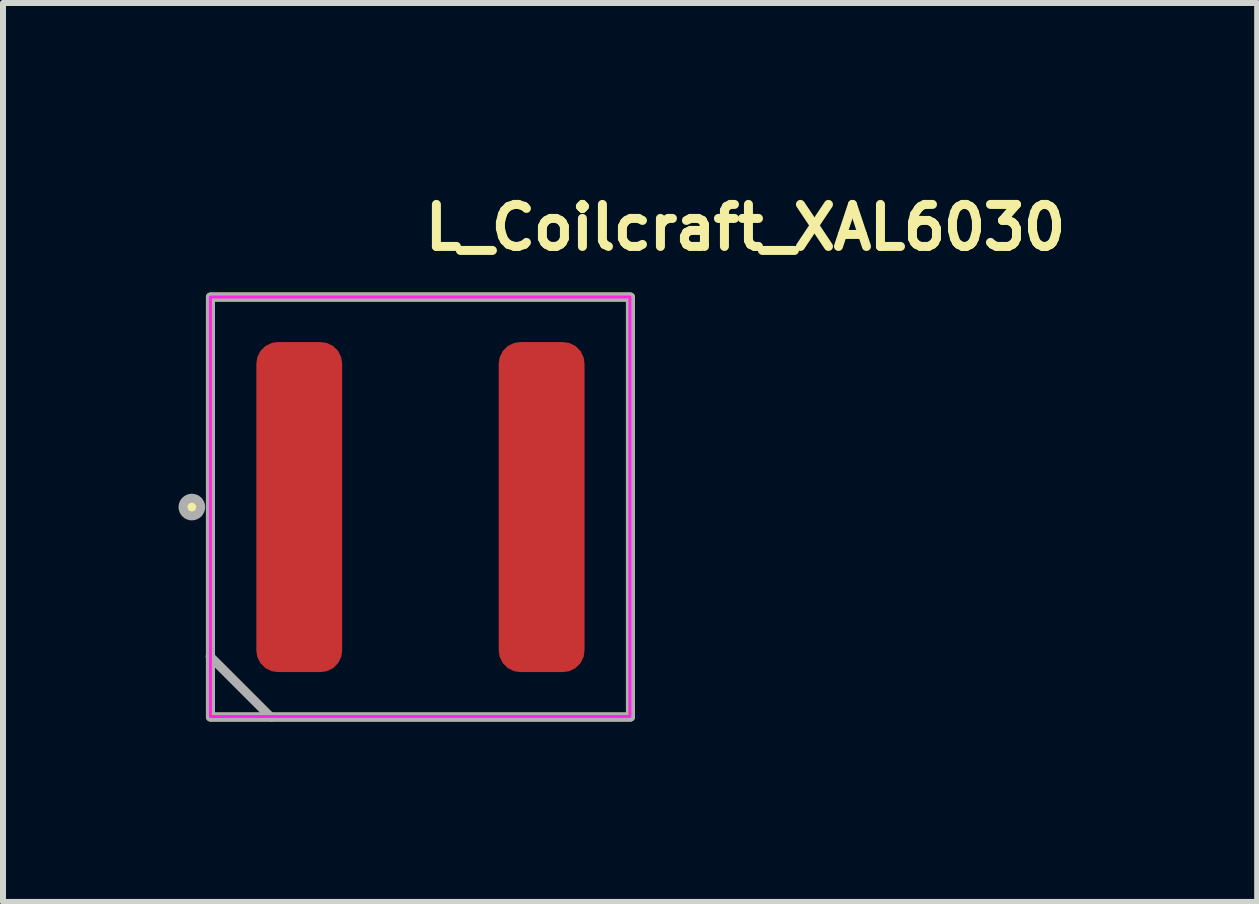
<source format=kicad_pcb>
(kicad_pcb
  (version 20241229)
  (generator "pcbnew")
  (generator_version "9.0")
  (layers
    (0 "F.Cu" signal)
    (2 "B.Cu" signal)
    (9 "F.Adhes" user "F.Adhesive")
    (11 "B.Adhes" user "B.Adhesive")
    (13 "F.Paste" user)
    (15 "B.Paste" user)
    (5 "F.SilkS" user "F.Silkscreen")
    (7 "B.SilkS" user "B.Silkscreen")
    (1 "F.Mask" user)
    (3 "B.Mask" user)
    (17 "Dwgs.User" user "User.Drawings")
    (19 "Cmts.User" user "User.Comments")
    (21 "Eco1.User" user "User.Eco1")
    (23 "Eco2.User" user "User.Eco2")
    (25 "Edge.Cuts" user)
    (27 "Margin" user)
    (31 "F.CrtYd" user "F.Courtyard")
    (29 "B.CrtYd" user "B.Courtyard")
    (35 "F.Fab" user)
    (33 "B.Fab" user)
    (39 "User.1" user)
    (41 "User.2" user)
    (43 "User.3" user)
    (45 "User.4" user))
  (footprint "L_Coilcraft_XAL6030"
    (layer "F.Cu")
    (at 3.957 5.4)
    (property "Reference" "L_Coilcraft_XAL6030" (at 0 -4.25 0) (unlocked yes) (layer "F.SilkS") (effects (font (size 0.7 0.7) (thickness 0.15)) (justify left bottom)))
    (attr smd)
    (fp_rect (start -3.5 -3.5) (end 3.499 3.499) (stroke (width 0.15) (type solid)) (fill no) (layer "F.SilkS"))
    (fp_circle (center -3.8 0) (end -3.75 0) (stroke (width 0.15) (type solid)) (fill yes) (layer "F.SilkS"))
    (fp_rect (start -3.5 -3.5) (end 3.49 3.49) (stroke (width 0.05) (type solid)) (fill no) (layer "F.CrtYd"))
    (fp_line (start -3.505 2.489) (end -2.489 3.505) (stroke (width 0.15) (type solid)) (layer "F.Fab"))
    (fp_rect (start 3.499 -3.5) (end -3.5 3.499) (stroke (width 0.15) (type solid)) (fill no) (layer "F.Fab"))
    (fp_circle (center -3.81 0) (end -3.738 0) (stroke (width 0.15) (type solid)) (fill no) (layer "F.Fab"))
    (fp_rect (start -3.28 -3.38) (end 3.28 3.38) (stroke (width 0.15) (type solid)) (fill no) (layer "User.5"))
    (fp_line (start -3.28 -3.13) (end -3.28 3.13) (stroke (width 0.01) (type solid)) (layer "User.9"))
    (fp_line (start -3.28 -3.13) (end -3.28 -3.142) (stroke (width 0.01) (type solid)) (layer "User.9"))
    (fp_line (start -3.28 -3.142) (end -3.279 -3.155) (stroke (width 0.01) (type solid)) (layer "User.9"))
    (fp_line (start -3.28 3.142) (end -3.28 3.13) (stroke (width 0.01) (type solid)) (layer "User.9"))
    (fp_line (start -3.279 -3.155) (end -3.277 -3.167) (stroke (width 0.01) (type solid)) (layer "User.9"))
    (fp_line (start -3.279 3.155) (end -3.28 3.142) (stroke (width 0.01) (type solid)) (layer "User.9"))
    (fp_line (start -3.277 -3.167) (end -3.275 -3.179) (stroke (width 0.01) (type solid)) (layer "User.9"))
    (fp_line (start -3.277 3.167) (end -3.279 3.155) (stroke (width 0.01) (type solid)) (layer "User.9"))
    (fp_line (start -3.275 -3.179) (end -3.272 -3.191) (stroke (width 0.01) (type solid)) (layer "User.9"))
    (fp_line (start -3.275 3.179) (end -3.277 3.167) (stroke (width 0.01) (type solid)) (layer "User.9"))
    (fp_line (start -3.272 -3.191) (end -3.269 -3.203) (stroke (width 0.01) (type solid)) (layer "User.9"))
    (fp_line (start -3.272 3.191) (end -3.275 3.179) (stroke (width 0.01) (type solid)) (layer "User.9"))
    (fp_line (start -3.269 -3.203) (end -3.265 -3.214) (stroke (width 0.01) (type solid)) (layer "User.9"))
    (fp_line (start -3.269 3.203) (end -3.272 3.191) (stroke (width 0.01) (type solid)) (layer "User.9"))
    (fp_line (start -3.265 -3.214) (end -3.261 -3.226) (stroke (width 0.01) (type solid)) (layer "User.9"))
    (fp_line (start -3.265 3.214) (end -3.269 3.203) (stroke (width 0.01) (type solid)) (layer "User.9"))
    (fp_line (start -3.261 -3.226) (end -3.256 -3.237) (stroke (width 0.01) (type solid)) (layer "User.9"))
    (fp_line (start -3.261 3.226) (end -3.265 3.214) (stroke (width 0.01) (type solid)) (layer "User.9"))
    (fp_line (start -3.256 -3.237) (end -3.251 -3.248) (stroke (width 0.01) (type solid)) (layer "User.9"))
    (fp_line (start -3.256 3.237) (end -3.261 3.226) (stroke (width 0.01) (type solid)) (layer "User.9"))
    (fp_line (start -3.251 -3.248) (end -3.245 -3.258) (stroke (width 0.01) (type solid)) (layer "User.9"))
    (fp_line (start -3.251 3.248) (end -3.256 3.237) (stroke (width 0.01) (type solid)) (layer "User.9"))
    (fp_line (start -3.245 -3.258) (end -3.238 -3.269) (stroke (width 0.01) (type solid)) (layer "User.9"))
    (fp_line (start -3.245 3.258) (end -3.251 3.248) (stroke (width 0.01) (type solid)) (layer "User.9"))
    (fp_line (start -3.238 -3.269) (end -3.231 -3.279) (stroke (width 0.01) (type solid)) (layer "User.9"))
    (fp_line (start -3.238 3.269) (end -3.245 3.258) (stroke (width 0.01) (type solid)) (layer "User.9"))
    (fp_line (start -3.231 -3.279) (end -3.223 -3.288) (stroke (width 0.01) (type solid)) (layer "User.9"))
    (fp_line (start -3.231 3.279) (end -3.238 3.269) (stroke (width 0.01) (type solid)) (layer "User.9"))
    (fp_line (start -3.223 -3.288) (end -3.215 -3.298) (stroke (width 0.01) (type solid)) (layer "User.9"))
    (fp_line (start -3.223 3.288) (end -3.231 3.279) (stroke (width 0.01) (type solid)) (layer "User.9"))
    (fp_line (start -3.215 -3.298) (end -3.207 -3.307) (stroke (width 0.01) (type solid)) (layer "User.9"))
    (fp_line (start -3.215 3.298) (end -3.223 3.288) (stroke (width 0.01) (type solid)) (layer "User.9"))
    (fp_line (start -3.207 -3.307) (end -3.207 -3.307) (stroke (width 0.01) (type solid)) (layer "User.9"))
    (fp_line (start -3.207 -3.307) (end -3.198 -3.315) (stroke (width 0.01) (type solid)) (layer "User.9"))
    (fp_line (start -3.207 3.307) (end -3.215 3.298) (stroke (width 0.01) (type solid)) (layer "User.9"))
    (fp_line (start -3.207 3.307) (end -3.207 3.307) (stroke (width 0.01) (type solid)) (layer "User.9"))
    (fp_line (start -3.198 -3.315) (end -3.188 -3.323) (stroke (width 0.01) (type solid)) (layer "User.9"))
    (fp_line (start -3.198 3.315) (end -3.207 3.307) (stroke (width 0.01) (type solid)) (layer "User.9"))
    (fp_line (start -3.188 -3.323) (end -3.179 -3.331) (stroke (width 0.01) (type solid)) (layer "User.9"))
    (fp_line (start -3.188 3.323) (end -3.198 3.315) (stroke (width 0.01) (type solid)) (layer "User.9"))
    (fp_line (start -3.179 -3.331) (end -3.169 -3.338) (stroke (width 0.01) (type solid)) (layer "User.9"))
    (fp_line (start -3.179 3.331) (end -3.188 3.323) (stroke (width 0.01) (type solid)) (layer "User.9"))
    (fp_line (start -3.169 -3.338) (end -3.158 -3.345) (stroke (width 0.01) (type solid)) (layer "User.9"))
    (fp_line (start -3.169 3.338) (end -3.179 3.331) (stroke (width 0.01) (type solid)) (layer "User.9"))
    (fp_line (start -3.158 -3.345) (end -3.148 -3.351) (stroke (width 0.01) (type solid)) (layer "User.9"))
    (fp_line (start -3.158 3.345) (end -3.169 3.338) (stroke (width 0.01) (type solid)) (layer "User.9"))
    (fp_line (start -3.148 -3.351) (end -3.137 -3.356) (stroke (width 0.01) (type solid)) (layer "User.9"))
    (fp_line (start -3.148 3.351) (end -3.158 3.345) (stroke (width 0.01) (type solid)) (layer "User.9"))
    (fp_line (start -3.137 -3.356) (end -3.126 -3.361) (stroke (width 0.01) (type solid)) (layer "User.9"))
    (fp_line (start -3.137 3.356) (end -3.148 3.351) (stroke (width 0.01) (type solid)) (layer "User.9"))
    (fp_line (start -3.126 -3.361) (end -3.114 -3.365) (stroke (width 0.01) (type solid)) (layer "User.9"))
    (fp_line (start -3.126 3.361) (end -3.137 3.356) (stroke (width 0.01) (type solid)) (layer "User.9"))
    (fp_line (start -3.114 -3.365) (end -3.103 -3.369) (stroke (width 0.01) (type solid)) (layer "User.9"))
    (fp_line (start -3.114 3.365) (end -3.126 3.361) (stroke (width 0.01) (type solid)) (layer "User.9"))
    (fp_line (start -3.103 -3.369) (end -3.091 -3.372) (stroke (width 0.01) (type solid)) (layer "User.9"))
    (fp_line (start -3.103 3.369) (end -3.114 3.365) (stroke (width 0.01) (type solid)) (layer "User.9"))
    (fp_line (start -3.091 -3.372) (end -3.079 -3.375) (stroke (width 0.01) (type solid)) (layer "User.9"))
    (fp_line (start -3.091 3.372) (end -3.103 3.369) (stroke (width 0.01) (type solid)) (layer "User.9"))
    (fp_line (start -3.079 -3.375) (end -3.067 -3.377) (stroke (width 0.01) (type solid)) (layer "User.9"))
    (fp_line (start -3.079 3.375) (end -3.091 3.372) (stroke (width 0.01) (type solid)) (layer "User.9"))
    (fp_line (start -3.067 -3.377) (end -3.055 -3.379) (stroke (width 0.01) (type solid)) (layer "User.9"))
    (fp_line (start -3.067 3.377) (end -3.079 3.375) (stroke (width 0.01) (type solid)) (layer "User.9"))
    (fp_line (start -3.055 -3.379) (end -3.042 -3.38) (stroke (width 0.01) (type solid)) (layer "User.9"))
    (fp_line (start -3.055 3.379) (end -3.067 3.377) (stroke (width 0.01) (type solid)) (layer "User.9"))
    (fp_line (start -3.042 -3.38) (end -3.03 -3.38) (stroke (width 0.01) (type solid)) (layer "User.9"))
    (fp_line (start -3.042 3.38) (end -3.055 3.379) (stroke (width 0.01) (type solid)) (layer "User.9"))
    (fp_line (start -3.03 3.38) (end -3.042 3.38) (stroke (width 0.01) (type solid)) (layer "User.9"))
    (fp_line (start -3.03 3.38) (end 3.03 3.38) (stroke (width 0.01) (type solid)) (layer "User.9"))
    (fp_line (start -2.593 -3) (end -2.343 -3) (stroke (width 0.01) (type solid)) (layer "User.9"))
    (fp_line (start -2.593 3) (end -2.593 -3) (stroke (width 0.01) (type solid)) (layer "User.9"))
    (fp_line (start -2.343 -3) (end -2.343 3) (stroke (width 0.01) (type solid)) (layer "User.9"))
    (fp_line (start -2.343 3) (end -2.593 3) (stroke (width 0.01) (type solid)) (layer "User.9"))
    (fp_line (start -1.489 -0.256) (end -1.489 -0.315) (stroke (width 0.01) (type solid)) (layer "User.9"))
    (fp_line (start -1.489 -0.315) (end -1.485 -0.374) (stroke (width 0.01) (type solid)) (layer "User.9"))
    (fp_line (start -1.485 -0.197) (end -1.489 -0.256) (stroke (width 0.01) (type solid)) (layer "User.9"))
    (fp_line (start -1.485 -0.374) (end -1.475 -0.433) (stroke (width 0.01) (type solid)) (layer "User.9"))
    (fp_line (start -1.476 -0.139) (end -1.485 -0.197) (stroke (width 0.01) (type solid)) (layer "User.9"))
    (fp_line (start -1.475 -0.433) (end -1.461 -0.492) (stroke (width 0.01) (type solid)) (layer "User.9"))
    (fp_line (start -1.464 -0.082) (end -1.476 -0.139) (stroke (width 0.01) (type solid)) (layer "User.9"))
    (fp_line (start -1.461 -0.492) (end -1.455 -0.51) (stroke (width 0.01) (type solid)) (layer "User.9"))
    (fp_line (start -1.455 -0.51) (end -1.449 -0.528) (stroke (width 0.01) (type solid)) (layer "User.9"))
    (fp_line (start -1.449 -0.528) (end -1.461 -0.492) (stroke (width 0.01) (type solid)) (layer "User.9"))
    (fp_line (start -1.449 -0.528) (end -1.441 -0.546) (stroke (width 0.01) (type solid)) (layer "User.9"))
    (fp_line (start -1.447 -0.025) (end -1.464 -0.082) (stroke (width 0.01) (type solid)) (layer "User.9"))
    (fp_line (start -1.441 -0.546) (end -1.433 -0.564) (stroke (width 0.01) (type solid)) (layer "User.9"))
    (fp_line (start -1.433 -0.564) (end -1.449 -0.528) (stroke (width 0.01) (type solid)) (layer "User.9"))
    (fp_line (start -1.433 -0.564) (end -1.425 -0.581) (stroke (width 0.01) (type solid)) (layer "User.9"))
    (fp_line (start -1.427 0.032) (end -1.447 -0.025) (stroke (width 0.01) (type solid)) (layer "User.9"))
    (fp_line (start -1.425 -0.581) (end -1.415 -0.598) (stroke (width 0.01) (type solid)) (layer "User.9"))
    (fp_line (start -1.415 -0.598) (end -1.433 -0.564) (stroke (width 0.01) (type solid)) (layer "User.9"))
    (fp_line (start -1.415 -0.598) (end -1.405 -0.615) (stroke (width 0.01) (type solid)) (layer "User.9"))
    (fp_line (start -1.405 -0.615) (end -1.394 -0.631) (stroke (width 0.01) (type solid)) (layer "User.9"))
    (fp_line (start -1.404 0.087) (end -1.427 0.032) (stroke (width 0.01) (type solid)) (layer "User.9"))
    (fp_line (start -1.394 -0.631) (end -1.415 -0.598) (stroke (width 0.01) (type solid)) (layer "User.9"))
    (fp_line (start -1.394 -0.631) (end -1.383 -0.647) (stroke (width 0.01) (type solid)) (layer "User.9"))
    (fp_line (start -1.383 -0.647) (end -1.371 -0.662) (stroke (width 0.01) (type solid)) (layer "User.9"))
    (fp_line (start -1.377 0.142) (end -1.404 0.087) (stroke (width 0.01) (type solid)) (layer "User.9"))
    (fp_line (start -1.371 -0.662) (end -1.394 -0.631) (stroke (width 0.01) (type solid)) (layer "User.9"))
    (fp_line (start -1.371 -0.662) (end -1.358 -0.677) (stroke (width 0.01) (type solid)) (layer "User.9"))
    (fp_line (start -1.358 -0.677) (end -1.345 -0.692) (stroke (width 0.01) (type solid)) (layer "User.9"))
    (fp_line (start -1.347 0.196) (end -1.377 0.142) (stroke (width 0.01) (type solid)) (layer "User.9"))
    (fp_line (start -1.345 -0.692) (end -1.371 -0.662) (stroke (width 0.01) (type solid)) (layer "User.9"))
    (fp_line (start -1.345 -0.692) (end -1.317 -0.721) (stroke (width 0.01) (type solid)) (layer "User.9"))
    (fp_line (start -1.317 -0.721) (end -1.345 -0.692) (stroke (width 0.01) (type solid)) (layer "User.9"))
    (fp_line (start -1.317 -0.721) (end -1.287 -0.747) (stroke (width 0.01) (type solid)) (layer "User.9"))
    (fp_line (start -1.315 0.249) (end -1.347 0.196) (stroke (width 0.01) (type solid)) (layer "User.9"))
    (fp_line (start -1.287 -0.747) (end -1.317 -0.721) (stroke (width 0.01) (type solid)) (layer "User.9"))
    (fp_line (start -1.287 -0.747) (end -1.254 -0.772) (stroke (width 0.01) (type solid)) (layer "User.9"))
    (fp_line (start -1.28 0.3) (end -1.315 0.249) (stroke (width 0.01) (type solid)) (layer "User.9"))
    (fp_line (start -1.254 -0.772) (end -1.287 -0.747) (stroke (width 0.01) (type solid)) (layer "User.9"))
    (fp_line (start -1.254 -0.772) (end -1.22 -0.795) (stroke (width 0.01) (type solid)) (layer "User.9"))
    (fp_line (start -1.242 0.351) (end -1.28 0.3) (stroke (width 0.01) (type solid)) (layer "User.9"))
    (fp_line (start -1.22 -0.795) (end -1.254 -0.772) (stroke (width 0.01) (type solid)) (layer "User.9"))
    (fp_line (start -1.22 -0.795) (end -1.184 -0.816) (stroke (width 0.01) (type solid)) (layer "User.9"))
    (fp_line (start -1.202 0.4) (end -1.242 0.351) (stroke (width 0.01) (type solid)) (layer "User.9"))
    (fp_line (start -1.184 -0.816) (end -1.22 -0.795) (stroke (width 0.01) (type solid)) (layer "User.9"))
    (fp_line (start -1.184 -0.816) (end -1.146 -0.834) (stroke (width 0.01) (type solid)) (layer "User.9"))
    (fp_line (start -1.155 -0.278) (end -1.154 -0.246) (stroke (width 0.01) (type solid)) (layer "User.9"))
    (fp_line (start -1.154 -0.246) (end -1.15 -0.213) (stroke (width 0.01) (type solid)) (layer "User.9"))
    (fp_line (start -1.153 -0.31) (end -1.155 -0.278) (stroke (width 0.01) (type solid)) (layer "User.9"))
    (fp_line (start -1.15 -0.213) (end -1.144 -0.18) (stroke (width 0.01) (type solid)) (layer "User.9"))
    (fp_line (start -1.148 -0.341) (end -1.153 -0.31) (stroke (width 0.01) (type solid)) (layer "User.9"))
    (fp_line (start -1.146 -0.834) (end -1.184 -0.816) (stroke (width 0.01) (type solid)) (layer "User.9"))
    (fp_line (start -1.146 -0.834) (end -1.107 -0.851) (stroke (width 0.01) (type solid)) (layer "User.9"))
    (fp_line (start -1.144 -0.18) (end -1.135 -0.146) (stroke (width 0.01) (type solid)) (layer "User.9"))
    (fp_line (start -1.139 -0.371) (end -1.148 -0.341) (stroke (width 0.01) (type solid)) (layer "User.9"))
    (fp_line (start -1.135 -0.146) (end -1.123 -0.113) (stroke (width 0.01) (type solid)) (layer "User.9"))
    (fp_line (start -1.128 -0.401) (end -1.139 -0.371) (stroke (width 0.01) (type solid)) (layer "User.9"))
    (fp_line (start -1.128 -0.401) (end -1.117 -0.423) (stroke (width 0.01) (type solid)) (layer "User.9"))
    (fp_line (start -1.123 -0.113) (end -1.109 -0.079) (stroke (width 0.01) (type solid)) (layer "User.9"))
    (fp_line (start -1.117 -0.423) (end -1.128 -0.401) (stroke (width 0.01) (type solid)) (layer "User.9"))
    (fp_line (start -1.117 -0.423) (end -1.104 -0.443) (stroke (width 0.01) (type solid)) (layer "User.9"))
    (fp_line (start -1.116 0.494) (end -1.202 0.4) (stroke (width 0.01) (type solid)) (layer "User.9"))
    (fp_line (start -1.109 -0.079) (end -1.093 -0.045) (stroke (width 0.01) (type solid)) (layer "User.9"))
    (fp_line (start -1.107 -0.851) (end -1.146 -0.834) (stroke (width 0.01) (type solid)) (layer "User.9"))
    (fp_line (start -1.107 -0.851) (end -1.067 -0.866) (stroke (width 0.01) (type solid)) (layer "User.9"))
    (fp_line (start -1.104 -0.443) (end -1.117 -0.423) (stroke (width 0.01) (type solid)) (layer "User.9"))
    (fp_line (start -1.104 -0.443) (end -1.091 -0.462) (stroke (width 0.01) (type solid)) (layer "User.9"))
    (fp_line (start -1.093 -0.045) (end -1.075 -0.011) (stroke (width 0.01) (type solid)) (layer "User.9"))
    (fp_line (start -1.091 -0.462) (end -1.104 -0.443) (stroke (width 0.01) (type solid)) (layer "User.9"))
    (fp_line (start -1.091 -0.462) (end -1.076 -0.479) (stroke (width 0.01) (type solid)) (layer "User.9"))
    (fp_line (start -1.076 -0.479) (end -1.091 -0.462) (stroke (width 0.01) (type solid)) (layer "User.9"))
    (fp_line (start -1.076 -0.479) (end -1.06 -0.494) (stroke (width 0.01) (type solid)) (layer "User.9"))
    (fp_line (start -1.075 -0.011) (end -1.054 0.023) (stroke (width 0.01) (type solid)) (layer "User.9"))
    (fp_line (start -1.067 -0.866) (end -1.107 -0.851) (stroke (width 0.01) (type solid)) (layer "User.9"))
    (fp_line (start -1.067 -0.866) (end -1.025 -0.878) (stroke (width 0.01) (type solid)) (layer "User.9"))
    (fp_line (start -1.06 -0.494) (end -1.076 -0.479) (stroke (width 0.01) (type solid)) (layer "User.9"))
    (fp_line (start -1.06 -0.494) (end -1.044 -0.508) (stroke (width 0.01) (type solid)) (layer "User.9"))
    (fp_line (start -1.054 0.023) (end -1.032 0.057) (stroke (width 0.01) (type solid)) (layer "User.9"))
    (fp_line (start -1.044 -0.508) (end -1.06 -0.494) (stroke (width 0.01) (type solid)) (layer "User.9"))
    (fp_line (start -1.044 -0.508) (end -1.026 -0.52) (stroke (width 0.01) (type solid)) (layer "User.9"))
    (fp_line (start -1.032 0.057) (end -1.008 0.09) (stroke (width 0.01) (type solid)) (layer "User.9"))
    (fp_line (start -1.026 -0.52) (end -1.044 -0.508) (stroke (width 0.01) (type solid)) (layer "User.9"))
    (fp_line (start -1.026 -0.52) (end -1.007 -0.53) (stroke (width 0.01) (type solid)) (layer "User.9"))
    (fp_line (start -1.025 -0.878) (end -1.067 -0.866) (stroke (width 0.01) (type solid)) (layer "User.9"))
    (fp_line (start -1.025 -0.878) (end -0.982 -0.887) (stroke (width 0.01) (type solid)) (layer "User.9"))
    (fp_line (start -1.024 0.581) (end -1.116 0.494) (stroke (width 0.01) (type solid)) (layer "User.9"))
    (fp_line (start -1.008 0.09) (end -0.982 0.123) (stroke (width 0.01) (type solid)) (layer "User.9"))
    (fp_line (start -1.007 -0.53) (end -1.026 -0.52) (stroke (width 0.01) (type solid)) (layer "User.9"))
    (fp_line (start -1.007 -0.53) (end -0.988 -0.539) (stroke (width 0.01) (type solid)) (layer "User.9"))
    (fp_line (start -0.988 -0.539) (end -1.007 -0.53) (stroke (width 0.01) (type solid)) (layer "User.9"))
    (fp_line (start -0.988 -0.539) (end -0.968 -0.547) (stroke (width 0.01) (type solid)) (layer "User.9"))
    (fp_line (start -0.982 -0.887) (end -1.025 -0.878) (stroke (width 0.01) (type solid)) (layer "User.9"))
    (fp_line (start -0.982 -0.887) (end -0.938 -0.895) (stroke (width 0.01) (type solid)) (layer "User.9"))
    (fp_line (start -0.982 0.123) (end -0.925 0.188) (stroke (width 0.01) (type solid)) (layer "User.9"))
    (fp_line (start -0.968 -0.547) (end -0.988 -0.539) (stroke (width 0.01) (type solid)) (layer "User.9"))
    (fp_line (start -0.968 -0.547) (end -0.947 -0.553) (stroke (width 0.01) (type solid)) (layer "User.9"))
    (fp_line (start -0.947 -0.553) (end -0.968 -0.547) (stroke (width 0.01) (type solid)) (layer "User.9"))
    (fp_line (start -0.947 -0.553) (end -0.926 -0.557) (stroke (width 0.01) (type solid)) (layer "User.9"))
    (fp_line (start -0.938 -0.895) (end -0.982 -0.887) (stroke (width 0.01) (type solid)) (layer "User.9"))
    (fp_line (start -0.938 -0.895) (end -0.893 -0.899) (stroke (width 0.01) (type solid)) (layer "User.9"))
    (fp_line (start -0.926 0.661) (end -1.024 0.581) (stroke (width 0.01) (type solid)) (layer "User.9"))
    (fp_line (start -0.926 -0.557) (end -0.947 -0.553) (stroke (width 0.01) (type solid)) (layer "User.9"))
    (fp_line (start -0.926 -0.557) (end -0.904 -0.56) (stroke (width 0.01) (type solid)) (layer "User.9"))
    (fp_line (start -0.925 0.188) (end -0.863 0.25) (stroke (width 0.01) (type solid)) (layer "User.9"))
    (fp_line (start -0.904 -0.56) (end -0.926 -0.557) (stroke (width 0.01) (type solid)) (layer "User.9"))
    (fp_line (start -0.904 -0.56) (end -0.881 -0.562) (stroke (width 0.01) (type solid)) (layer "User.9"))
    (fp_line (start -0.893 -0.899) (end -0.938 -0.895) (stroke (width 0.01) (type solid)) (layer "User.9"))
    (fp_line (start -0.893 -0.899) (end -0.848 -0.901) (stroke (width 0.01) (type solid)) (layer "User.9"))
    (fp_line (start -0.881 -0.562) (end -0.904 -0.56) (stroke (width 0.01) (type solid)) (layer "User.9"))
    (fp_line (start -0.881 -0.562) (end -0.859 -0.562) (stroke (width 0.01) (type solid)) (layer "User.9"))
    (fp_line (start -0.863 0.25) (end -0.796 0.31) (stroke (width 0.01) (type solid)) (layer "User.9"))
    (fp_line (start -0.859 -0.562) (end -0.881 -0.562) (stroke (width 0.01) (type solid)) (layer "User.9"))
    (fp_line (start -0.859 -0.562) (end -0.836 -0.56) (stroke (width 0.01) (type solid)) (layer "User.9"))
    (fp_line (start -0.848 -0.901) (end -0.893 -0.899) (stroke (width 0.01) (type solid)) (layer "User.9"))
    (fp_line (start -0.848 -0.901) (end -0.802 -0.9) (stroke (width 0.01) (type solid)) (layer "User.9"))
    (fp_line (start -0.836 -0.56) (end -0.859 -0.562) (stroke (width 0.01) (type solid)) (layer "User.9"))
    (fp_line (start -0.836 -0.56) (end -0.812 -0.558) (stroke (width 0.01) (type solid)) (layer "User.9"))
    (fp_line (start -0.825 0.733) (end -0.926 0.661) (stroke (width 0.01) (type solid)) (layer "User.9"))
    (fp_line (start -0.812 -0.558) (end -0.836 -0.56) (stroke (width 0.01) (type solid)) (layer "User.9"))
    (fp_line (start -0.812 -0.558) (end -0.789 -0.554) (stroke (width 0.01) (type solid)) (layer "User.9"))
    (fp_line (start -0.802 -0.9) (end -0.848 -0.901) (stroke (width 0.01) (type solid)) (layer "User.9"))
    (fp_line (start -0.802 -0.9) (end -0.756 -0.897) (stroke (width 0.01) (type solid)) (layer "User.9"))
    (fp_line (start -0.796 0.31) (end -0.725 0.365) (stroke (width 0.01) (type solid)) (layer "User.9"))
    (fp_line (start -0.789 -0.554) (end -0.812 -0.558) (stroke (width 0.01) (type solid)) (layer "User.9"))
    (fp_line (start -0.789 -0.554) (end -0.765 -0.549) (stroke (width 0.01) (type solid)) (layer "User.9"))
    (fp_line (start -0.765 -0.549) (end -0.789 -0.554) (stroke (width 0.01) (type solid)) (layer "User.9"))
    (fp_line (start -0.765 -0.549) (end -0.741 -0.542) (stroke (width 0.01) (type solid)) (layer "User.9"))
    (fp_line (start -0.756 -0.897) (end -0.802 -0.9) (stroke (width 0.01) (type solid)) (layer "User.9"))
    (fp_line (start -0.756 -0.897) (end -0.71 -0.89) (stroke (width 0.01) (type solid)) (layer "User.9"))
    (fp_line (start -0.741 -0.542) (end -0.765 -0.549) (stroke (width 0.01) (type solid)) (layer "User.9"))
    (fp_line (start -0.741 -0.542) (end -0.718 -0.534) (stroke (width 0.01) (type solid)) (layer "User.9"))
    (fp_line (start -0.725 0.365) (end -0.652 0.417) (stroke (width 0.01) (type solid)) (layer "User.9"))
    (fp_line (start -0.722 0.797) (end -0.825 0.733) (stroke (width 0.01) (type solid)) (layer "User.9"))
    (fp_line (start -0.718 -0.534) (end -0.741 -0.542) (stroke (width 0.01) (type solid)) (layer "User.9"))
    (fp_line (start -0.718 -0.534) (end -0.694 -0.525) (stroke (width 0.01) (type solid)) (layer "User.9"))
    (fp_line (start -0.71 -0.89) (end -0.756 -0.897) (stroke (width 0.01) (type solid)) (layer "User.9"))
    (fp_line (start -0.71 -0.89) (end -0.663 -0.881) (stroke (width 0.01) (type solid)) (layer "User.9"))
    (fp_line (start -0.694 -0.525) (end -0.718 -0.534) (stroke (width 0.01) (type solid)) (layer "User.9"))
    (fp_line (start -0.694 -0.525) (end -0.671 -0.515) (stroke (width 0.01) (type solid)) (layer "User.9"))
    (fp_line (start -0.671 -0.515) (end -0.694 -0.525) (stroke (width 0.01) (type solid)) (layer "User.9"))
    (fp_line (start -0.671 -0.515) (end -0.647 -0.503) (stroke (width 0.01) (type solid)) (layer "User.9"))
    (fp_line (start -0.663 -0.881) (end -0.71 -0.89) (stroke (width 0.01) (type solid)) (layer "User.9"))
    (fp_line (start -0.663 -0.881) (end -0.616 -0.869) (stroke (width 0.01) (type solid)) (layer "User.9"))
    (fp_line (start -0.652 0.417) (end -0.576 0.463) (stroke (width 0.01) (type solid)) (layer "User.9"))
    (fp_line (start -0.647 -0.503) (end -0.671 -0.515) (stroke (width 0.01) (type solid)) (layer "User.9"))
    (fp_line (start -0.647 -0.503) (end -0.625 -0.491) (stroke (width 0.01) (type solid)) (layer "User.9"))
    (fp_line (start -0.625 -0.491) (end -0.647 -0.503) (stroke (width 0.01) (type solid)) (layer "User.9"))
    (fp_line (start -0.625 -0.491) (end -0.602 -0.477) (stroke (width 0.01) (type solid)) (layer "User.9"))
    (fp_line (start -0.619 0.851) (end -0.722 0.797) (stroke (width 0.01) (type solid)) (layer "User.9"))
    (fp_line (start -0.616 -0.869) (end -0.663 -0.881) (stroke (width 0.01) (type solid)) (layer "User.9"))
    (fp_line (start -0.616 -0.869) (end -0.57 -0.853) (stroke (width 0.01) (type solid)) (layer "User.9"))
    (fp_line (start -0.602 -0.477) (end -0.625 -0.491) (stroke (width 0.01) (type solid)) (layer "User.9"))
    (fp_line (start -0.602 -0.477) (end -0.58 -0.462) (stroke (width 0.01) (type solid)) (layer "User.9"))
    (fp_line (start -0.58 -0.462) (end -0.602 -0.477) (stroke (width 0.01) (type solid)) (layer "User.9"))
    (fp_line (start -0.58 -0.462) (end -0.558 -0.445) (stroke (width 0.01) (type solid)) (layer "User.9"))
    (fp_line (start -0.576 0.463) (end -0.499 0.504) (stroke (width 0.01) (type solid)) (layer "User.9"))
    (fp_line (start -0.57 -0.853) (end -0.616 -0.869) (stroke (width 0.01) (type solid)) (layer "User.9"))
    (fp_line (start -0.57 -0.853) (end -0.524 -0.834) (stroke (width 0.01) (type solid)) (layer "User.9"))
    (fp_line (start -0.558 -0.445) (end -0.58 -0.462) (stroke (width 0.01) (type solid)) (layer "User.9"))
    (fp_line (start -0.558 -0.445) (end -0.537 -0.428) (stroke (width 0.01) (type solid)) (layer "User.9"))
    (fp_line (start -0.537 -0.428) (end -0.558 -0.445) (stroke (width 0.01) (type solid)) (layer "User.9"))
    (fp_line (start -0.537 -0.428) (end -0.517 -0.41) (stroke (width 0.01) (type solid)) (layer "User.9"))
    (fp_line (start -0.524 -0.834) (end -0.57 -0.853) (stroke (width 0.01) (type solid)) (layer "User.9"))
    (fp_line (start -0.524 -0.834) (end -0.478 -0.812) (stroke (width 0.01) (type solid)) (layer "User.9"))
    (fp_line (start -0.517 -0.41) (end -0.537 -0.428) (stroke (width 0.01) (type solid)) (layer "User.9"))
    (fp_line (start -0.517 -0.41) (end -0.497 -0.39) (stroke (width 0.01) (type solid)) (layer "User.9"))
    (fp_line (start -0.517 0.894) (end -0.619 0.851) (stroke (width 0.01) (type solid)) (layer "User.9"))
    (fp_line (start -0.499 0.504) (end -0.422 0.539) (stroke (width 0.01) (type solid)) (layer "User.9"))
    (fp_line (start -0.497 -0.39) (end -0.517 -0.41) (stroke (width 0.01) (type solid)) (layer "User.9"))
    (fp_line (start -0.497 -0.39) (end -0.479 -0.37) (stroke (width 0.01) (type solid)) (layer "User.9"))
    (fp_line (start -0.479 -0.37) (end -0.497 -0.39) (stroke (width 0.01) (type solid)) (layer "User.9"))
    (fp_line (start -0.478 -0.812) (end -0.524 -0.834) (stroke (width 0.01) (type solid)) (layer "User.9"))
    (fp_line (start -0.478 -0.812) (end -0.433 -0.787) (stroke (width 0.01) (type solid)) (layer "User.9"))
    (fp_line (start -0.467 0.912) (end -0.517 0.894) (stroke (width 0.01) (type solid)) (layer "User.9"))
    (fp_line (start -0.433 -0.787) (end -0.478 -0.812) (stroke (width 0.01) (type solid)) (layer "User.9"))
    (fp_line (start -0.433 -0.787) (end -0.388 -0.758) (stroke (width 0.01) (type solid)) (layer "User.9"))
    (fp_line (start -0.422 0.539) (end -0.371 0.558) (stroke (width 0.01) (type solid)) (layer "User.9"))
    (fp_line (start -0.417 0.927) (end -0.467 0.912) (stroke (width 0.01) (type solid)) (layer "User.9"))
    (fp_line (start -0.417 0.927) (end -0.331 0.948) (stroke (width 0.01) (type solid)) (layer "User.9"))
    (fp_line (start -0.388 -0.758) (end -0.433 -0.787) (stroke (width 0.01) (type solid)) (layer "User.9"))
    (fp_line (start -0.388 -0.758) (end -0.345 -0.726) (stroke (width 0.01) (type solid)) (layer "User.9"))
    (fp_line (start -0.371 0.558) (end -0.32 0.576) (stroke (width 0.01) (type solid)) (layer "User.9"))
    (fp_line (start -0.345 -0.726) (end -0.388 -0.758) (stroke (width 0.01) (type solid)) (layer "User.9"))
    (fp_line (start -0.345 -0.726) (end -0.302 -0.69) (stroke (width 0.01) (type solid)) (layer "User.9"))
    (fp_line (start -0.331 0.948) (end -0.417 0.927) (stroke (width 0.01) (type solid)) (layer "User.9"))
    (fp_line (start -0.331 0.948) (end -0.248 0.965) (stroke (width 0.01) (type solid)) (layer "User.9"))
    (fp_line (start -0.32 0.576) (end -0.269 0.59) (stroke (width 0.01) (type solid)) (layer "User.9"))
    (fp_line (start -0.302 -0.69) (end -0.345 -0.726) (stroke (width 0.01) (type solid)) (layer "User.9"))
    (fp_line (start -0.302 -0.69) (end -0.261 -0.65) (stroke (width 0.01) (type solid)) (layer "User.9"))
    (fp_line (start -0.269 0.59) (end -0.218 0.602) (stroke (width 0.01) (type solid)) (layer "User.9"))
    (fp_line (start -0.261 -0.65) (end -0.479 -0.37) (stroke (width 0.01) (type solid)) (layer "User.9"))
    (fp_line (start -0.261 -0.65) (end -0.302 -0.69) (stroke (width 0.01) (type solid)) (layer "User.9"))
    (fp_line (start -0.248 0.965) (end -0.331 0.948) (stroke (width 0.01) (type solid)) (layer "User.9"))
    (fp_line (start -0.248 0.965) (end -0.166 0.977) (stroke (width 0.01) (type solid)) (layer "User.9"))
    (fp_line (start -0.218 0.602) (end -0.167 0.612) (stroke (width 0.01) (type solid)) (layer "User.9"))
    (fp_line (start -0.167 0.612) (end -0.117 0.62) (stroke (width 0.01) (type solid)) (layer "User.9"))
    (fp_line (start -0.166 0.977) (end -0.248 0.965) (stroke (width 0.01) (type solid)) (layer "User.9"))
    (fp_line (start -0.166 0.977) (end -0.087 0.985) (stroke (width 0.01) (type solid)) (layer "User.9"))
    (fp_line (start -0.117 0.62) (end -0.067 0.624) (stroke (width 0.01) (type solid)) (layer "User.9"))
    (fp_line (start -0.087 0.985) (end -0.166 0.977) (stroke (width 0.01) (type solid)) (layer "User.9"))
    (fp_line (start -0.087 0.985) (end -0.01 0.988) (stroke (width 0.01) (type solid)) (layer "User.9"))
    (fp_line (start -0.067 0.624) (end -0.018 0.627) (stroke (width 0.01) (type solid)) (layer "User.9"))
    (fp_line (start -0.018 0.627) (end 0.031 0.627) (stroke (width 0.01) (type solid)) (layer "User.9"))
    (fp_line (start -0.01 0.988) (end -0.087 0.985) (stroke (width 0.01) (type solid)) (layer "User.9"))
    (fp_line (start -0.01 0.988) (end 0.065 0.988) (stroke (width 0.01) (type solid)) (layer "User.9"))
    (fp_line (start 0.031 0.627) (end 0.078 0.625) (stroke (width 0.01) (type solid)) (layer "User.9"))
    (fp_line (start 0.065 0.988) (end -0.01 0.988) (stroke (width 0.01) (type solid)) (layer "User.9"))
    (fp_line (start 0.065 0.988) (end 0.137 0.983) (stroke (width 0.01) (type solid)) (layer "User.9"))
    (fp_line (start 0.078 0.625) (end 0.125 0.62) (stroke (width 0.01) (type solid)) (layer "User.9"))
    (fp_line (start 0.125 0.62) (end 0.171 0.613) (stroke (width 0.01) (type solid)) (layer "User.9"))
    (fp_line (start 0.137 0.983) (end 0.065 0.988) (stroke (width 0.01) (type solid)) (layer "User.9"))
    (fp_line (start 0.137 0.983) (end 0.206 0.975) (stroke (width 0.01) (type solid)) (layer "User.9"))
    (fp_line (start 0.155 -1.056) (end 0.172 -1.038) (stroke (width 0.01) (type solid)) (layer "User.9"))
    (fp_line (start 0.155 -1.056) (end 0.612 -1.056) (stroke (width 0.01) (type solid)) (layer "User.9"))
    (fp_line (start 0.171 0.613) (end 0.216 0.603) (stroke (width 0.01) (type solid)) (layer "User.9"))
    (fp_line (start 0.172 -1.038) (end 0.19 -1.02) (stroke (width 0.01) (type solid)) (layer "User.9"))
    (fp_line (start 0.19 -1.02) (end 0.207 -1.002) (stroke (width 0.01) (type solid)) (layer "User.9"))
    (fp_line (start 0.206 0.975) (end 0.137 0.983) (stroke (width 0.01) (type solid)) (layer "User.9"))
    (fp_line (start 0.206 0.975) (end 0.273 0.962) (stroke (width 0.01) (type solid)) (layer "User.9"))
    (fp_line (start 0.207 -1.002) (end 0.224 -0.983) (stroke (width 0.01) (type solid)) (layer "User.9"))
    (fp_line (start 0.209 -0.999) (end 0.155 -1.056) (stroke (width 0.01) (type solid)) (layer "User.9"))
    (fp_line (start 0.216 0.603) (end 0.26 0.591) (stroke (width 0.01) (type solid)) (layer "User.9"))
    (fp_line (start 0.224 -0.983) (end 0.242 -0.963) (stroke (width 0.01) (type solid)) (layer "User.9"))
    (fp_line (start 0.242 -0.963) (end 0.259 -0.944) (stroke (width 0.01) (type solid)) (layer "User.9"))
    (fp_line (start 0.259 -0.944) (end 0.276 -0.924) (stroke (width 0.01) (type solid)) (layer "User.9"))
    (fp_line (start 0.26 0.591) (end 0.302 0.576) (stroke (width 0.01) (type solid)) (layer "User.9"))
    (fp_line (start 0.263 -0.939) (end 0.209 -0.999) (stroke (width 0.01) (type solid)) (layer "User.9"))
    (fp_line (start 0.273 0.962) (end 0.206 0.975) (stroke (width 0.01) (type solid)) (layer "User.9"))
    (fp_line (start 0.273 0.962) (end 0.338 0.946) (stroke (width 0.01) (type solid)) (layer "User.9"))
    (fp_line (start 0.276 -0.924) (end 0.292 -0.904) (stroke (width 0.01) (type solid)) (layer "User.9"))
    (fp_line (start 0.302 0.576) (end 0.343 0.559) (stroke (width 0.01) (type solid)) (layer "User.9"))
    (fp_line (start 0.315 -0.876) (end 0.263 -0.939) (stroke (width 0.01) (type solid)) (layer "User.9"))
    (fp_line (start 0.338 0.946) (end 0.273 0.962) (stroke (width 0.01) (type solid)) (layer "User.9"))
    (fp_line (start 0.338 0.946) (end 0.4 0.927) (stroke (width 0.01) (type solid)) (layer "User.9"))
    (fp_line (start 0.343 0.559) (end 0.382 0.54) (stroke (width 0.01) (type solid)) (layer "User.9"))
    (fp_line (start 0.365 -0.81) (end 0.315 -0.876) (stroke (width 0.01) (type solid)) (layer "User.9"))
    (fp_line (start 0.382 0.54) (end 0.419 0.518) (stroke (width 0.01) (type solid)) (layer "User.9"))
    (fp_line (start 0.4 0.927) (end 0.338 0.946) (stroke (width 0.01) (type solid)) (layer "User.9"))
    (fp_line (start 0.4 0.927) (end 0.46 0.904) (stroke (width 0.01) (type solid)) (layer "User.9"))
    (fp_line (start 0.414 -0.743) (end 0.365 -0.81) (stroke (width 0.01) (type solid)) (layer "User.9"))
    (fp_line (start 0.419 0.518) (end 0.455 0.493) (stroke (width 0.01) (type solid)) (layer "User.9"))
    (fp_line (start 0.455 0.493) (end 0.489 0.466) (stroke (width 0.01) (type solid)) (layer "User.9"))
    (fp_line (start 0.459 -0.675) (end 0.414 -0.743) (stroke (width 0.01) (type solid)) (layer "User.9"))
    (fp_line (start 0.46 0.904) (end 0.4 0.927) (stroke (width 0.01) (type solid)) (layer "User.9"))
    (fp_line (start 0.46 0.904) (end 0.517 0.878) (stroke (width 0.01) (type solid)) (layer "User.9"))
    (fp_line (start 0.489 0.466) (end 0.521 0.437) (stroke (width 0.01) (type solid)) (layer "User.9"))
    (fp_line (start 0.502 -0.606) (end 0.459 -0.675) (stroke (width 0.01) (type solid)) (layer "User.9"))
    (fp_line (start 0.517 0.878) (end 0.46 0.904) (stroke (width 0.01) (type solid)) (layer "User.9"))
    (fp_line (start 0.517 0.878) (end 0.571 0.848) (stroke (width 0.01) (type solid)) (layer "User.9"))
    (fp_line (start 0.521 0.437) (end 0.55 0.405) (stroke (width 0.01) (type solid)) (layer "User.9"))
    (fp_line (start 0.542 -0.537) (end 0.502 -0.606) (stroke (width 0.01) (type solid)) (layer "User.9"))
    (fp_line (start 0.55 0.405) (end 0.578 0.37) (stroke (width 0.01) (type solid)) (layer "User.9"))
    (fp_line (start 0.571 0.848) (end 0.517 0.878) (stroke (width 0.01) (type solid)) (layer "User.9"))
    (fp_line (start 0.571 0.848) (end 0.622 0.816) (stroke (width 0.01) (type solid)) (layer "User.9"))
    (fp_line (start 0.578 0.37) (end 0.603 0.333) (stroke (width 0.01) (type solid)) (layer "User.9"))
    (fp_line (start 0.579 -0.469) (end 0.542 -0.537) (stroke (width 0.01) (type solid)) (layer "User.9"))
    (fp_line (start 0.603 0.333) (end 0.626 0.294) (stroke (width 0.01) (type solid)) (layer "User.9"))
    (fp_line (start 0.611 -0.402) (end 0.579 -0.469) (stroke (width 0.01) (type solid)) (layer "User.9"))
    (fp_line (start 0.612 -1.056) (end 0.662 -0.992) (stroke (width 0.01) (type solid)) (layer "User.9"))
    (fp_line (start 0.622 0.816) (end 0.571 0.848) (stroke (width 0.01) (type solid)) (layer "User.9"))
    (fp_line (start 0.622 0.816) (end 0.671 0.781) (stroke (width 0.01) (type solid)) (layer "User.9"))
    (fp_line (start 0.626 0.294) (end 0.646 0.252) (stroke (width 0.01) (type solid)) (layer "User.9"))
    (fp_line (start 0.64 -0.336) (end 0.611 -0.402) (stroke (width 0.01) (type solid)) (layer "User.9"))
    (fp_line (start 0.646 0.252) (end 0.664 0.207) (stroke (width 0.01) (type solid)) (layer "User.9"))
    (fp_line (start 0.662 -0.992) (end 0.709 -0.928) (stroke (width 0.01) (type solid)) (layer "User.9"))
    (fp_line (start 0.663 -0.273) (end 0.64 -0.336) (stroke (width 0.01) (type solid)) (layer "User.9"))
    (fp_line (start 0.664 0.207) (end 0.678 0.16) (stroke (width 0.01) (type solid)) (layer "User.9"))
    (fp_line (start 0.671 0.781) (end 0.622 0.816) (stroke (width 0.01) (type solid)) (layer "User.9"))
    (fp_line (start 0.671 0.781) (end 0.717 0.743) (stroke (width 0.01) (type solid)) (layer "User.9"))
    (fp_line (start 0.678 0.16) (end 0.69 0.111) (stroke (width 0.01) (type solid)) (layer "User.9"))
    (fp_line (start 0.679 -0.224) (end 0.686 -0.201) (stroke (width 0.01) (type solid)) (layer "User.9"))
    (fp_line (start 0.682 -0.212) (end 0.663 -0.273) (stroke (width 0.01) (type solid)) (layer "User.9"))
    (fp_line (start 0.686 -0.201) (end 0.691 -0.178) (stroke (width 0.01) (type solid)) (layer "User.9"))
    (fp_line (start 0.69 0.111) (end 0.699 0.058) (stroke (width 0.01) (type solid)) (layer "User.9"))
    (fp_line (start 0.691 -0.178) (end 0.696 -0.155) (stroke (width 0.01) (type solid)) (layer "User.9"))
    (fp_line (start 0.696 -0.155) (end 0.682 -0.212) (stroke (width 0.01) (type solid)) (layer "User.9"))
    (fp_line (start 0.696 -0.155) (end 0.7 -0.134) (stroke (width 0.01) (type solid)) (layer "User.9"))
    (fp_line (start 0.699 0.058) (end 0.705 0.004) (stroke (width 0.01) (type solid)) (layer "User.9"))
    (fp_line (start 0.7 -0.134) (end 0.703 -0.113) (stroke (width 0.01) (type solid)) (layer "User.9"))
    (fp_line (start 0.703 -0.113) (end 0.705 -0.092) (stroke (width 0.01) (type solid)) (layer "User.9"))
    (fp_line (start 0.705 0.004) (end 0.707 -0.053) (stroke (width 0.01) (type solid)) (layer "User.9"))
    (fp_line (start 0.705 -0.102) (end 0.696 -0.155) (stroke (width 0.01) (type solid)) (layer "User.9"))
    (fp_line (start 0.705 -0.092) (end 0.707 -0.072) (stroke (width 0.01) (type solid)) (layer "User.9"))
    (fp_line (start 0.707 -0.077) (end 0.705 -0.102) (stroke (width 0.01) (type solid)) (layer "User.9"))
    (fp_line (start 0.707 -0.072) (end 0.707 -0.053) (stroke (width 0.01) (type solid)) (layer "User.9"))
    (fp_line (start 0.707 -0.053) (end 0.707 -0.077) (stroke (width 0.01) (type solid)) (layer "User.9"))
    (fp_line (start 0.709 -0.928) (end 0.753 -0.865) (stroke (width 0.01) (type solid)) (layer "User.9"))
    (fp_line (start 0.717 0.743) (end 0.671 0.781) (stroke (width 0.01) (type solid)) (layer "User.9"))
    (fp_line (start 0.717 0.743) (end 0.76 0.702) (stroke (width 0.01) (type solid)) (layer "User.9"))
    (fp_line (start 0.753 -0.865) (end 0.795 -0.801) (stroke (width 0.01) (type solid)) (layer "User.9"))
    (fp_line (start 0.76 0.702) (end 0.717 0.743) (stroke (width 0.01) (type solid)) (layer "User.9"))
    (fp_line (start 0.76 0.702) (end 0.8 0.659) (stroke (width 0.01) (type solid)) (layer "User.9"))
    (fp_line (start 0.795 -0.801) (end 0.833 -0.738) (stroke (width 0.01) (type solid)) (layer "User.9"))
    (fp_line (start 0.8 0.659) (end 0.76 0.702) (stroke (width 0.01) (type solid)) (layer "User.9"))
    (fp_line (start 0.8 0.659) (end 0.837 0.613) (stroke (width 0.01) (type solid)) (layer "User.9"))
    (fp_line (start 0.833 -0.738) (end 0.868 -0.676) (stroke (width 0.01) (type solid)) (layer "User.9"))
    (fp_line (start 0.837 0.613) (end 0.8 0.659) (stroke (width 0.01) (type solid)) (layer "User.9"))
    (fp_line (start 0.837 0.613) (end 0.872 0.565) (stroke (width 0.01) (type solid)) (layer "User.9"))
    (fp_line (start 0.868 -0.676) (end 0.9 -0.613) (stroke (width 0.01) (type solid)) (layer "User.9"))
    (fp_line (start 0.872 0.565) (end 0.837 0.613) (stroke (width 0.01) (type solid)) (layer "User.9"))
    (fp_line (start 0.872 0.565) (end 0.903 0.515) (stroke (width 0.01) (type solid)) (layer "User.9"))
    (fp_line (start 0.9 -0.613) (end 0.928 -0.551) (stroke (width 0.01) (type solid)) (layer "User.9"))
    (fp_line (start 0.903 0.515) (end 0.872 0.565) (stroke (width 0.01) (type solid)) (layer "User.9"))
    (fp_line (start 0.903 0.515) (end 0.932 0.462) (stroke (width 0.01) (type solid)) (layer "User.9"))
    (fp_line (start 0.928 -0.551) (end 0.954 -0.49) (stroke (width 0.01) (type solid)) (layer "User.9"))
    (fp_line (start 0.932 0.462) (end 0.903 0.515) (stroke (width 0.01) (type solid)) (layer "User.9"))
    (fp_line (start 0.932 0.462) (end 0.957 0.408) (stroke (width 0.01) (type solid)) (layer "User.9"))
    (fp_line (start 0.954 -0.49) (end 0.977 -0.429) (stroke (width 0.01) (type solid)) (layer "User.9"))
    (fp_line (start 0.957 0.408) (end 0.932 0.462) (stroke (width 0.01) (type solid)) (layer "User.9"))
    (fp_line (start 0.957 0.408) (end 0.979 0.352) (stroke (width 0.01) (type solid)) (layer "User.9"))
    (fp_line (start 0.977 -0.429) (end 0.996 -0.369) (stroke (width 0.01) (type solid)) (layer "User.9"))
    (fp_line (start 0.979 0.352) (end 0.957 0.408) (stroke (width 0.01) (type solid)) (layer "User.9"))
    (fp_line (start 0.979 0.352) (end 0.998 0.295) (stroke (width 0.01) (type solid)) (layer "User.9"))
    (fp_line (start 0.996 -0.369) (end 1.012 -0.31) (stroke (width 0.01) (type solid)) (layer "User.9"))
    (fp_line (start 0.998 0.295) (end 0.979 0.352) (stroke (width 0.01) (type solid)) (layer "User.9"))
    (fp_line (start 0.998 0.295) (end 1.014 0.235) (stroke (width 0.01) (type solid)) (layer "User.9"))
    (fp_line (start 1.012 -0.31) (end 1.025 -0.251) (stroke (width 0.01) (type solid)) (layer "User.9"))
    (fp_line (start 1.014 0.235) (end 0.998 0.295) (stroke (width 0.01) (type solid)) (layer "User.9"))
    (fp_line (start 1.014 0.235) (end 1.027 0.175) (stroke (width 0.01) (type solid)) (layer "User.9"))
    (fp_line (start 1.025 -0.251) (end 1.035 -0.193) (stroke (width 0.01) (type solid)) (layer "User.9"))
    (fp_line (start 1.027 0.175) (end 1.014 0.235) (stroke (width 0.01) (type solid)) (layer "User.9"))
    (fp_line (start 1.027 0.175) (end 1.037 0.113) (stroke (width 0.01) (type solid)) (layer "User.9"))
    (fp_line (start 1.035 -0.193) (end 1.042 -0.136) (stroke (width 0.01) (type solid)) (layer "User.9"))
    (fp_line (start 1.037 0.113) (end 1.027 0.175) (stroke (width 0.01) (type solid)) (layer "User.9"))
    (fp_line (start 1.037 0.113) (end 1.043 0.05) (stroke (width 0.01) (type solid)) (layer "User.9"))
    (fp_line (start 1.042 -0.136) (end 1.045 -0.079) (stroke (width 0.01) (type solid)) (layer "User.9"))
    (fp_line (start 1.043 0.05) (end 1.037 0.113) (stroke (width 0.01) (type solid)) (layer "User.9"))
    (fp_line (start 1.043 0.05) (end 1.046 -0.014) (stroke (width 0.01) (type solid)) (layer "User.9"))
    (fp_line (start 1.045 -0.079) (end 1.046 -0.014) (stroke (width 0.01) (type solid)) (layer "User.9"))
    (fp_line (start 1.046 -0.014) (end 1.043 0.05) (stroke (width 0.01) (type solid)) (layer "User.9"))
    (fp_line (start 1.046 -0.014) (end 1.045 -0.079) (stroke (width 0.01) (type solid)) (layer "User.9"))
    (fp_line (start 1.34 -1.647) (end 1.496 -1.647) (stroke (width 0.01) (type solid)) (layer "User.9"))
    (fp_line (start 1.34 -0.685) (end 1.34 -1.647) (stroke (width 0.01) (type solid)) (layer "User.9"))
    (fp_line (start 1.34 -0.493) (end 1.496 -0.493) (stroke (width 0.01) (type solid)) (layer "User.9"))
    (fp_line (start 1.34 0.469) (end 1.34 -0.493) (stroke (width 0.01) (type solid)) (layer "User.9"))
    (fp_line (start 1.34 0.661) (end 1.496 0.661) (stroke (width 0.01) (type solid)) (layer "User.9"))
    (fp_line (start 1.34 1.623) (end 1.34 0.661) (stroke (width 0.01) (type solid)) (layer "User.9"))
    (fp_line (start 1.496 -1.647) (end 1.519 -1.627) (stroke (width 0.01) (type solid)) (layer "User.9"))
    (fp_line (start 1.496 -1.647) (end 1.519 -1.627) (stroke (width 0.01) (type solid)) (layer "User.9"))
    (fp_line (start 1.496 -0.493) (end 1.519 -0.473) (stroke (width 0.01) (type solid)) (layer "User.9"))
    (fp_line (start 1.496 0.661) (end 1.519 0.681) (stroke (width 0.01) (type solid)) (layer "User.9"))
    (fp_line (start 1.519 -1.627) (end 1.542 -1.608) (stroke (width 0.01) (type solid)) (layer "User.9"))
    (fp_line (start 1.519 -1.627) (end 1.542 -1.608) (stroke (width 0.01) (type solid)) (layer "User.9"))
    (fp_line (start 1.519 -0.473) (end 1.542 -0.454) (stroke (width 0.01) (type solid)) (layer "User.9"))
    (fp_line (start 1.519 0.681) (end 1.542 0.7) (stroke (width 0.01) (type solid)) (layer "User.9"))
    (fp_line (start 1.532 -1.454) (end 1.532 -0.685) (stroke (width 0.01) (type solid)) (layer "User.9"))
    (fp_line (start 1.532 -0.685) (end 1.34 -0.685) (stroke (width 0.01) (type solid)) (layer "User.9"))
    (fp_line (start 1.532 -0.301) (end 1.532 0.469) (stroke (width 0.01) (type solid)) (layer "User.9"))
    (fp_line (start 1.532 0.469) (end 1.34 0.469) (stroke (width 0.01) (type solid)) (layer "User.9"))
    (fp_line (start 1.532 0.853) (end 1.532 1.623) (stroke (width 0.01) (type solid)) (layer "User.9"))
    (fp_line (start 1.532 1.623) (end 1.34 1.623) (stroke (width 0.01) (type solid)) (layer "User.9"))
    (fp_line (start 1.542 -1.608) (end 1.566 -1.589) (stroke (width 0.01) (type solid)) (layer "User.9"))
    (fp_line (start 1.542 -1.608) (end 1.566 -1.589) (stroke (width 0.01) (type solid)) (layer "User.9"))
    (fp_line (start 1.542 -0.454) (end 1.566 -0.435) (stroke (width 0.01) (type solid)) (layer "User.9"))
    (fp_line (start 1.542 0.7) (end 1.566 0.719) (stroke (width 0.01) (type solid)) (layer "User.9"))
    (fp_line (start 1.566 -1.589) (end 1.59 -1.571) (stroke (width 0.01) (type solid)) (layer "User.9"))
    (fp_line (start 1.566 -1.589) (end 1.59 -1.571) (stroke (width 0.01) (type solid)) (layer "User.9"))
    (fp_line (start 1.566 -0.435) (end 1.59 -0.417) (stroke (width 0.01) (type solid)) (layer "User.9"))
    (fp_line (start 1.566 0.719) (end 1.59 0.737) (stroke (width 0.01) (type solid)) (layer "User.9"))
    (fp_line (start 1.567 -1.424) (end 1.532 -1.454) (stroke (width 0.01) (type solid)) (layer "User.9"))
    (fp_line (start 1.567 -0.27) (end 1.532 -0.301) (stroke (width 0.01) (type solid)) (layer "User.9"))
    (fp_line (start 1.567 0.884) (end 1.532 0.853) (stroke (width 0.01) (type solid)) (layer "User.9"))
    (fp_line (start 1.59 -1.571) (end 1.64 -1.535) (stroke (width 0.01) (type solid)) (layer "User.9"))
    (fp_line (start 1.59 -1.571) (end 1.64 -1.535) (stroke (width 0.01) (type solid)) (layer "User.9"))
    (fp_line (start 1.59 -0.417) (end 1.64 -0.382) (stroke (width 0.01) (type solid)) (layer "User.9"))
    (fp_line (start 1.59 0.737) (end 1.64 0.772) (stroke (width 0.01) (type solid)) (layer "User.9"))
    (fp_line (start 1.602 -1.395) (end 1.567 -1.424) (stroke (width 0.01) (type solid)) (layer "User.9"))
    (fp_line (start 1.602 -0.241) (end 1.567 -0.27) (stroke (width 0.01) (type solid)) (layer "User.9"))
    (fp_line (start 1.602 0.913) (end 1.567 0.884) (stroke (width 0.01) (type solid)) (layer "User.9"))
    (fp_line (start 1.638 -1.366) (end 1.602 -1.395) (stroke (width 0.01) (type solid)) (layer "User.9"))
    (fp_line (start 1.638 -0.212) (end 1.602 -0.241) (stroke (width 0.01) (type solid)) (layer "User.9"))
    (fp_line (start 1.638 0.941) (end 1.602 0.913) (stroke (width 0.01) (type solid)) (layer "User.9"))
    (fp_line (start 1.64 -1.535) (end 1.69 -1.502) (stroke (width 0.01) (type solid)) (layer "User.9"))
    (fp_line (start 1.64 -1.535) (end 1.69 -1.502) (stroke (width 0.01) (type solid)) (layer "User.9"))
    (fp_line (start 1.64 -0.382) (end 1.69 -0.348) (stroke (width 0.01) (type solid)) (layer "User.9"))
    (fp_line (start 1.64 0.772) (end 1.69 0.806) (stroke (width 0.01) (type solid)) (layer "User.9"))
    (fp_line (start 1.675 -1.339) (end 1.638 -1.366) (stroke (width 0.01) (type solid)) (layer "User.9"))
    (fp_line (start 1.675 -0.185) (end 1.638 -0.212) (stroke (width 0.01) (type solid)) (layer "User.9"))
    (fp_line (start 1.675 0.969) (end 1.638 0.941) (stroke (width 0.01) (type solid)) (layer "User.9"))
    (fp_line (start 1.69 -1.502) (end 1.741 -1.469) (stroke (width 0.01) (type solid)) (layer "User.9"))
    (fp_line (start 1.69 -1.502) (end 1.741 -1.469) (stroke (width 0.01) (type solid)) (layer "User.9"))
    (fp_line (start 1.69 -0.348) (end 1.741 -0.315) (stroke (width 0.01) (type solid)) (layer "User.9"))
    (fp_line (start 1.69 0.806) (end 1.741 0.838) (stroke (width 0.01) (type solid)) (layer "User.9"))
    (fp_line (start 1.712 -1.312) (end 1.675 -1.339) (stroke (width 0.01) (type solid)) (layer "User.9"))
    (fp_line (start 1.712 -0.158) (end 1.675 -0.185) (stroke (width 0.01) (type solid)) (layer "User.9"))
    (fp_line (start 1.712 0.996) (end 1.675 0.969) (stroke (width 0.01) (type solid)) (layer "User.9"))
    (fp_line (start 1.741 -1.469) (end 1.793 -1.438) (stroke (width 0.01) (type solid)) (layer "User.9"))
    (fp_line (start 1.741 -1.469) (end 1.793 -1.438) (stroke (width 0.01) (type solid)) (layer "User.9"))
    (fp_line (start 1.741 -0.315) (end 1.793 -0.284) (stroke (width 0.01) (type solid)) (layer "User.9"))
    (fp_line (start 1.741 0.838) (end 1.793 0.87) (stroke (width 0.01) (type solid)) (layer "User.9"))
    (fp_line (start 1.75 -1.286) (end 1.712 -1.312) (stroke (width 0.01) (type solid)) (layer "User.9"))
    (fp_line (start 1.75 -0.132) (end 1.712 -0.158) (stroke (width 0.01) (type solid)) (layer "User.9"))
    (fp_line (start 1.75 1.022) (end 1.712 0.996) (stroke (width 0.01) (type solid)) (layer "User.9"))
    (fp_line (start 1.788 -1.261) (end 1.75 -1.286) (stroke (width 0.01) (type solid)) (layer "User.9"))
    (fp_line (start 1.788 -0.107) (end 1.75 -0.132) (stroke (width 0.01) (type solid)) (layer "User.9"))
    (fp_line (start 1.788 1.047) (end 1.75 1.022) (stroke (width 0.01) (type solid)) (layer "User.9"))
    (fp_line (start 1.793 -1.438) (end 1.846 -1.408) (stroke (width 0.01) (type solid)) (layer "User.9"))
    (fp_line (start 1.793 -1.438) (end 1.846 -1.408) (stroke (width 0.01) (type solid)) (layer "User.9"))
    (fp_line (start 1.793 -0.284) (end 1.846 -0.254) (stroke (width 0.01) (type solid)) (layer "User.9"))
    (fp_line (start 1.793 0.87) (end 1.846 0.9) (stroke (width 0.01) (type solid)) (layer "User.9"))
    (fp_line (start 1.827 -1.236) (end 1.788 -1.261) (stroke (width 0.01) (type solid)) (layer "User.9"))
    (fp_line (start 1.827 -0.083) (end 1.788 -0.107) (stroke (width 0.01) (type solid)) (layer "User.9"))
    (fp_line (start 1.827 1.071) (end 1.788 1.047) (stroke (width 0.01) (type solid)) (layer "User.9"))
    (fp_line (start 1.846 -1.408) (end 1.899 -1.379) (stroke (width 0.01) (type solid)) (layer "User.9"))
    (fp_line (start 1.846 -1.408) (end 1.899 -1.379) (stroke (width 0.01) (type solid)) (layer "User.9"))
    (fp_line (start 1.846 -0.254) (end 1.899 -0.225) (stroke (width 0.01) (type solid)) (layer "User.9"))
    (fp_line (start 1.846 0.9) (end 1.899 0.928) (stroke (width 0.01) (type solid)) (layer "User.9"))
    (fp_line (start 1.867 -1.213) (end 1.827 -1.236) (stroke (width 0.01) (type solid)) (layer "User.9"))
    (fp_line (start 1.867 -0.059) (end 1.827 -0.083) (stroke (width 0.01) (type solid)) (layer "User.9"))
    (fp_line (start 1.867 1.095) (end 1.827 1.071) (stroke (width 0.01) (type solid)) (layer "User.9"))
    (fp_line (start 1.899 -1.379) (end 1.899 -1.379) (stroke (width 0.01) (type solid)) (layer "User.9"))
    (fp_line (start 1.899 -1.379) (end 1.899 -1.379) (stroke (width 0.01) (type solid)) (layer "User.9"))
    (fp_line (start 1.899 -1.379) (end 1.961 -1.348) (stroke (width 0.01) (type solid)) (layer "User.9"))
    (fp_line (start 1.899 -1.379) (end 1.961 -1.348) (stroke (width 0.01) (type solid)) (layer "User.9"))
    (fp_line (start 1.899 -0.225) (end 1.899 -0.225) (stroke (width 0.01) (type solid)) (layer "User.9"))
    (fp_line (start 1.899 -0.225) (end 1.961 -0.194) (stroke (width 0.01) (type solid)) (layer "User.9"))
    (fp_line (start 1.899 0.928) (end 1.899 0.928) (stroke (width 0.01) (type solid)) (layer "User.9"))
    (fp_line (start 1.899 0.928) (end 1.961 0.96) (stroke (width 0.01) (type solid)) (layer "User.9"))
    (fp_line (start 1.907 -1.19) (end 1.867 -1.213) (stroke (width 0.01) (type solid)) (layer "User.9"))
    (fp_line (start 1.907 -0.036) (end 1.867 -0.059) (stroke (width 0.01) (type solid)) (layer "User.9"))
    (fp_line (start 1.907 1.117) (end 1.867 1.095) (stroke (width 0.01) (type solid)) (layer "User.9"))
    (fp_line (start 1.947 -1.168) (end 1.907 -1.19) (stroke (width 0.01) (type solid)) (layer "User.9"))
    (fp_line (start 1.947 -0.014) (end 1.907 -0.036) (stroke (width 0.01) (type solid)) (layer "User.9"))
    (fp_line (start 1.947 1.139) (end 1.907 1.117) (stroke (width 0.01) (type solid)) (layer "User.9"))
    (fp_line (start 1.961 -1.348) (end 2.024 -1.318) (stroke (width 0.01) (type solid)) (layer "User.9"))
    (fp_line (start 1.961 -1.348) (end 2.024 -1.318) (stroke (width 0.01) (type solid)) (layer "User.9"))
    (fp_line (start 1.961 -0.194) (end 2.024 -0.164) (stroke (width 0.01) (type solid)) (layer "User.9"))
    (fp_line (start 1.961 0.96) (end 2.024 0.99) (stroke (width 0.01) (type solid)) (layer "User.9"))
    (fp_line (start 1.988 -1.147) (end 1.947 -1.168) (stroke (width 0.01) (type solid)) (layer "User.9"))
    (fp_line (start 1.988 0.007) (end 1.947 -0.014) (stroke (width 0.01) (type solid)) (layer "User.9"))
    (fp_line (start 1.988 1.161) (end 1.947 1.139) (stroke (width 0.01) (type solid)) (layer "User.9"))
    (fp_line (start 2.024 -1.318) (end 2.087 -1.289) (stroke (width 0.01) (type solid)) (layer "User.9"))
    (fp_line (start 2.024 -1.318) (end 2.087 -1.289) (stroke (width 0.01) (type solid)) (layer "User.9"))
    (fp_line (start 2.024 -0.164) (end 2.087 -0.136) (stroke (width 0.01) (type solid)) (layer "User.9"))
    (fp_line (start 2.024 0.99) (end 2.087 1.018) (stroke (width 0.01) (type solid)) (layer "User.9"))
    (fp_line (start 2.071 -1.107) (end 1.988 -1.147) (stroke (width 0.01) (type solid)) (layer "User.9"))
    (fp_line (start 2.071 0.047) (end 1.988 0.007) (stroke (width 0.01) (type solid)) (layer "User.9"))
    (fp_line (start 2.071 1.2) (end 1.988 1.161) (stroke (width 0.01) (type solid)) (layer "User.9"))
    (fp_line (start 2.087 -1.289) (end 2.151 -1.263) (stroke (width 0.01) (type solid)) (layer "User.9"))
    (fp_line (start 2.087 -1.289) (end 2.151 -1.263) (stroke (width 0.01) (type solid)) (layer "User.9"))
    (fp_line (start 2.087 -0.136) (end 2.151 -0.109) (stroke (width 0.01) (type solid)) (layer "User.9"))
    (fp_line (start 2.087 1.018) (end 2.151 1.045) (stroke (width 0.01) (type solid)) (layer "User.9"))
    (fp_line (start 2.151 -1.263) (end 2.215 -1.238) (stroke (width 0.01) (type solid)) (layer "User.9"))
    (fp_line (start 2.151 -1.263) (end 2.215 -1.238) (stroke (width 0.01) (type solid)) (layer "User.9"))
    (fp_line (start 2.151 -0.109) (end 2.215 -0.084) (stroke (width 0.01) (type solid)) (layer "User.9"))
    (fp_line (start 2.151 1.045) (end 2.215 1.069) (stroke (width 0.01) (type solid)) (layer "User.9"))
    (fp_line (start 2.155 -1.07) (end 2.071 -1.107) (stroke (width 0.01) (type solid)) (layer "User.9"))
    (fp_line (start 2.155 -1.07) (end 2.155 -1.07) (stroke (width 0.01) (type solid)) (layer "User.9"))
    (fp_line (start 2.155 0.084) (end 2.071 0.047) (stroke (width 0.01) (type solid)) (layer "User.9"))
    (fp_line (start 2.155 0.084) (end 2.155 0.084) (stroke (width 0.01) (type solid)) (layer "User.9"))
    (fp_line (start 2.155 1.237) (end 2.071 1.2) (stroke (width 0.01) (type solid)) (layer "User.9"))
    (fp_line (start 2.155 1.237) (end 2.155 1.237) (stroke (width 0.01) (type solid)) (layer "User.9"))
    (fp_line (start 2.192 -1.055) (end 2.155 -1.07) (stroke (width 0.01) (type solid)) (layer "User.9"))
    (fp_line (start 2.192 0.098) (end 2.155 0.084) (stroke (width 0.01) (type solid)) (layer "User.9"))
    (fp_line (start 2.192 1.252) (end 2.155 1.237) (stroke (width 0.01) (type solid)) (layer "User.9"))
    (fp_line (start 2.215 -1.238) (end 2.28 -1.215) (stroke (width 0.01) (type solid)) (layer "User.9"))
    (fp_line (start 2.215 -1.238) (end 2.28 -1.215) (stroke (width 0.01) (type solid)) (layer "User.9"))
    (fp_line (start 2.215 -0.084) (end 2.28 -0.061) (stroke (width 0.01) (type solid)) (layer "User.9"))
    (fp_line (start 2.215 1.069) (end 2.28 1.092) (stroke (width 0.01) (type solid)) (layer "User.9"))
    (fp_line (start 2.229 -1.041) (end 2.192 -1.055) (stroke (width 0.01) (type solid)) (layer "User.9"))
    (fp_line (start 2.229 0.113) (end 2.192 0.098) (stroke (width 0.01) (type solid)) (layer "User.9"))
    (fp_line (start 2.229 1.266) (end 2.192 1.252) (stroke (width 0.01) (type solid)) (layer "User.9"))
    (fp_line (start 2.267 -1.028) (end 2.229 -1.041) (stroke (width 0.01) (type solid)) (layer "User.9"))
    (fp_line (start 2.267 0.126) (end 2.229 0.113) (stroke (width 0.01) (type solid)) (layer "User.9"))
    (fp_line (start 2.267 1.28) (end 2.229 1.266) (stroke (width 0.01) (type solid)) (layer "User.9"))
    (fp_line (start 2.28 -1.215) (end 2.346 -1.194) (stroke (width 0.01) (type solid)) (layer "User.9"))
    (fp_line (start 2.28 -1.215) (end 2.346 -1.194) (stroke (width 0.01) (type solid)) (layer "User.9"))
    (fp_line (start 2.28 -0.061) (end 2.346 -0.04) (stroke (width 0.01) (type solid)) (layer "User.9"))
    (fp_line (start 2.28 1.092) (end 2.346 1.114) (stroke (width 0.01) (type solid)) (layer "User.9"))
    (fp_line (start 2.305 -1.015) (end 2.267 -1.028) (stroke (width 0.01) (type solid)) (layer "User.9"))
    (fp_line (start 2.305 0.139) (end 2.267 0.126) (stroke (width 0.01) (type solid)) (layer "User.9"))
    (fp_line (start 2.305 1.293) (end 2.267 1.28) (stroke (width 0.01) (type solid)) (layer "User.9"))
    (fp_line (start 2.343 -1.003) (end 2.305 -1.015) (stroke (width 0.01) (type solid)) (layer "User.9"))
    (fp_line (start 2.343 0.151) (end 2.305 0.139) (stroke (width 0.01) (type solid)) (layer "User.9"))
    (fp_line (start 2.343 1.305) (end 2.305 1.293) (stroke (width 0.01) (type solid)) (layer "User.9"))
    (fp_line (start 2.346 -1.194) (end 2.413 -1.175) (stroke (width 0.01) (type solid)) (layer "User.9"))
    (fp_line (start 2.346 -1.194) (end 2.413 -1.175) (stroke (width 0.01) (type solid)) (layer "User.9"))
    (fp_line (start 2.346 -0.04) (end 2.413 -0.021) (stroke (width 0.01) (type solid)) (layer "User.9"))
    (fp_line (start 2.346 1.114) (end 2.413 1.133) (stroke (width 0.01) (type solid)) (layer "User.9"))
    (fp_line (start 2.381 -0.992) (end 2.343 -1.003) (stroke (width 0.01) (type solid)) (layer "User.9"))
    (fp_line (start 2.381 0.162) (end 2.343 0.151) (stroke (width 0.01) (type solid)) (layer "User.9"))
    (fp_line (start 2.381 1.316) (end 2.343 1.305) (stroke (width 0.01) (type solid)) (layer "User.9"))
    (fp_line (start 2.413 -1.175) (end 2.463 -1.162) (stroke (width 0.01) (type solid)) (layer "User.9"))
    (fp_line (start 2.413 -0.021) (end 2.463 -0.008) (stroke (width 0.01) (type solid)) (layer "User.9"))
    (fp_line (start 2.413 -0.021) (end 2.463 -0.008) (stroke (width 0.01) (type solid)) (layer "User.9"))
    (fp_line (start 2.413 1.133) (end 2.463 1.146) (stroke (width 0.01) (type solid)) (layer "User.9"))
    (fp_line (start 2.413 1.133) (end 2.463 1.146) (stroke (width 0.01) (type solid)) (layer "User.9"))
    (fp_line (start 2.42 -0.981) (end 2.381 -0.992) (stroke (width 0.01) (type solid)) (layer "User.9"))
    (fp_line (start 2.42 0.173) (end 2.381 0.162) (stroke (width 0.01) (type solid)) (layer "User.9"))
    (fp_line (start 2.42 1.327) (end 2.381 1.316) (stroke (width 0.01) (type solid)) (layer "User.9"))
    (fp_line (start 2.459 -0.971) (end 2.42 -0.981) (stroke (width 0.01) (type solid)) (layer "User.9"))
    (fp_line (start 2.459 -0.971) (end 2.459 -0.971) (stroke (width 0.01) (type solid)) (layer "User.9"))
    (fp_line (start 2.459 0.183) (end 2.42 0.173) (stroke (width 0.01) (type solid)) (layer "User.9"))
    (fp_line (start 2.459 0.183) (end 2.459 0.183) (stroke (width 0.01) (type solid)) (layer "User.9"))
    (fp_line (start 2.459 1.337) (end 2.42 1.327) (stroke (width 0.01) (type solid)) (layer "User.9"))
    (fp_line (start 2.459 1.337) (end 2.459 1.337) (stroke (width 0.01) (type solid)) (layer "User.9"))
    (fp_line (start 2.463 -1.162) (end 2.514 -1.15) (stroke (width 0.01) (type solid)) (layer "User.9"))
    (fp_line (start 2.463 -0.008) (end 2.514 0.004) (stroke (width 0.01) (type solid)) (layer "User.9"))
    (fp_line (start 2.463 -0.008) (end 2.514 0.004) (stroke (width 0.01) (type solid)) (layer "User.9"))
    (fp_line (start 2.463 1.146) (end 2.514 1.158) (stroke (width 0.01) (type solid)) (layer "User.9"))
    (fp_line (start 2.463 1.146) (end 2.514 1.158) (stroke (width 0.01) (type solid)) (layer "User.9"))
    (fp_line (start 2.503 -0.96) (end 2.459 -0.971) (stroke (width 0.01) (type solid)) (layer "User.9"))
    (fp_line (start 2.503 0.194) (end 2.459 0.183) (stroke (width 0.01) (type solid)) (layer "User.9"))
    (fp_line (start 2.503 1.348) (end 2.459 1.337) (stroke (width 0.01) (type solid)) (layer "User.9"))
    (fp_line (start 2.514 -1.15) (end 2.564 -1.14) (stroke (width 0.01) (type solid)) (layer "User.9"))
    (fp_line (start 2.514 0.004) (end 2.564 0.014) (stroke (width 0.01) (type solid)) (layer "User.9"))
    (fp_line (start 2.514 0.004) (end 2.564 0.014) (stroke (width 0.01) (type solid)) (layer "User.9"))
    (fp_line (start 2.514 1.158) (end 2.564 1.168) (stroke (width 0.01) (type solid)) (layer "User.9"))
    (fp_line (start 2.514 1.158) (end 2.564 1.168) (stroke (width 0.01) (type solid)) (layer "User.9"))
    (fp_line (start 2.548 -0.95) (end 2.503 -0.96) (stroke (width 0.01) (type solid)) (layer "User.9"))
    (fp_line (start 2.548 0.204) (end 2.503 0.194) (stroke (width 0.01) (type solid)) (layer "User.9"))
    (fp_line (start 2.548 1.358) (end 2.503 1.348) (stroke (width 0.01) (type solid)) (layer "User.9"))
    (fp_line (start 2.564 -1.14) (end 2.615 -1.131) (stroke (width 0.01) (type solid)) (layer "User.9"))
    (fp_line (start 2.564 0.014) (end 2.615 0.023) (stroke (width 0.01) (type solid)) (layer "User.9"))
    (fp_line (start 2.564 0.014) (end 2.615 0.023) (stroke (width 0.01) (type solid)) (layer "User.9"))
    (fp_line (start 2.564 1.168) (end 2.615 1.177) (stroke (width 0.01) (type solid)) (layer "User.9"))
    (fp_line (start 2.564 1.168) (end 2.615 1.177) (stroke (width 0.01) (type solid)) (layer "User.9"))
    (fp_line (start 2.593 -0.941) (end 2.548 -0.95) (stroke (width 0.01) (type solid)) (layer "User.9"))
    (fp_line (start 2.593 0.213) (end 2.548 0.204) (stroke (width 0.01) (type solid)) (layer "User.9"))
    (fp_line (start 2.593 1.367) (end 2.548 1.358) (stroke (width 0.01) (type solid)) (layer "User.9"))
    (fp_line (start 2.615 -1.131) (end 2.666 -1.123) (stroke (width 0.01) (type solid)) (layer "User.9"))
    (fp_line (start 2.615 0.023) (end 2.666 0.031) (stroke (width 0.01) (type solid)) (layer "User.9"))
    (fp_line (start 2.615 0.023) (end 2.666 0.031) (stroke (width 0.01) (type solid)) (layer "User.9"))
    (fp_line (start 2.615 1.177) (end 2.666 1.184) (stroke (width 0.01) (type solid)) (layer "User.9"))
    (fp_line (start 2.615 1.177) (end 2.666 1.184) (stroke (width 0.01) (type solid)) (layer "User.9"))
    (fp_line (start 2.638 -0.933) (end 2.593 -0.941) (stroke (width 0.01) (type solid)) (layer "User.9"))
    (fp_line (start 2.638 0.22) (end 2.593 0.213) (stroke (width 0.01) (type solid)) (layer "User.9"))
    (fp_line (start 2.638 1.374) (end 2.593 1.367) (stroke (width 0.01) (type solid)) (layer "User.9"))
    (fp_line (start 2.666 -1.123) (end 2.718 -1.117) (stroke (width 0.01) (type solid)) (layer "User.9"))
    (fp_line (start 2.666 0.031) (end 2.718 0.037) (stroke (width 0.01) (type solid)) (layer "User.9"))
    (fp_line (start 2.666 0.031) (end 2.718 0.037) (stroke (width 0.01) (type solid)) (layer "User.9"))
    (fp_line (start 2.666 1.184) (end 2.718 1.191) (stroke (width 0.01) (type solid)) (layer "User.9"))
    (fp_line (start 2.666 1.184) (end 2.718 1.191) (stroke (width 0.01) (type solid)) (layer "User.9"))
    (fp_line (start 2.684 -0.927) (end 2.638 -0.933) (stroke (width 0.01) (type solid)) (layer "User.9"))
    (fp_line (start 2.684 0.227) (end 2.638 0.22) (stroke (width 0.01) (type solid)) (layer "User.9"))
    (fp_line (start 2.684 1.381) (end 2.638 1.374) (stroke (width 0.01) (type solid)) (layer "User.9"))
    (fp_line (start 2.718 -1.117) (end 2.769 -1.112) (stroke (width 0.01) (type solid)) (layer "User.9"))
    (fp_line (start 2.718 0.037) (end 2.769 0.042) (stroke (width 0.01) (type solid)) (layer "User.9"))
    (fp_line (start 2.718 0.037) (end 2.769 0.042) (stroke (width 0.01) (type solid)) (layer "User.9"))
    (fp_line (start 2.718 1.191) (end 2.769 1.196) (stroke (width 0.01) (type solid)) (layer "User.9"))
    (fp_line (start 2.718 1.191) (end 2.769 1.196) (stroke (width 0.01) (type solid)) (layer "User.9"))
    (fp_line (start 2.729 -0.922) (end 2.684 -0.927) (stroke (width 0.01) (type solid)) (layer "User.9"))
    (fp_line (start 2.729 0.232) (end 2.684 0.227) (stroke (width 0.01) (type solid)) (layer "User.9"))
    (fp_line (start 2.729 1.386) (end 2.684 1.381) (stroke (width 0.01) (type solid)) (layer "User.9"))
    (fp_line (start 2.769 -1.112) (end 2.821 -1.108) (stroke (width 0.01) (type solid)) (layer "User.9"))
    (fp_line (start 2.769 0.042) (end 2.821 0.046) (stroke (width 0.01) (type solid)) (layer "User.9"))
    (fp_line (start 2.769 0.042) (end 2.821 0.046) (stroke (width 0.01) (type solid)) (layer "User.9"))
    (fp_line (start 2.769 1.196) (end 2.821 1.199) (stroke (width 0.01) (type solid)) (layer "User.9"))
    (fp_line (start 2.769 1.196) (end 2.821 1.199) (stroke (width 0.01) (type solid)) (layer "User.9"))
    (fp_line (start 2.775 -0.918) (end 2.729 -0.922) (stroke (width 0.01) (type solid)) (layer "User.9"))
    (fp_line (start 2.775 0.235) (end 2.729 0.232) (stroke (width 0.01) (type solid)) (layer "User.9"))
    (fp_line (start 2.775 1.389) (end 2.729 1.386) (stroke (width 0.01) (type solid)) (layer "User.9"))
    (fp_line (start 2.821 -1.108) (end 2.821 -0.916) (stroke (width 0.01) (type solid)) (layer "User.9"))
    (fp_line (start 2.821 -0.916) (end 2.775 -0.918) (stroke (width 0.01) (type solid)) (layer "User.9"))
    (fp_line (start 2.821 0.046) (end 2.821 0.238) (stroke (width 0.01) (type solid)) (layer "User.9"))
    (fp_line (start 2.821 0.238) (end 2.775 0.235) (stroke (width 0.01) (type solid)) (layer "User.9"))
    (fp_line (start 2.821 1.199) (end 2.821 1.392) (stroke (width 0.01) (type solid)) (layer "User.9"))
    (fp_line (start 2.821 1.392) (end 2.775 1.389) (stroke (width 0.01) (type solid)) (layer "User.9"))
    (fp_line (start 3.03 -3.38) (end -3.03 -3.38) (stroke (width 0.01) (type solid)) (layer "User.9"))
    (fp_line (start 3.03 -3.38) (end 3.042 -3.38) (stroke (width 0.01) (type solid)) (layer "User.9"))
    (fp_line (start 3.042 -3.38) (end 3.055 -3.379) (stroke (width 0.01) (type solid)) (layer "User.9"))
    (fp_line (start 3.042 3.38) (end 3.03 3.38) (stroke (width 0.01) (type solid)) (layer "User.9"))
    (fp_line (start 3.055 -3.379) (end 3.067 -3.377) (stroke (width 0.01) (type solid)) (layer "User.9"))
    (fp_line (start 3.055 3.379) (end 3.042 3.38) (stroke (width 0.01) (type solid)) (layer "User.9"))
    (fp_line (start 3.067 -3.377) (end 3.079 -3.375) (stroke (width 0.01) (type solid)) (layer "User.9"))
    (fp_line (start 3.067 3.377) (end 3.055 3.379) (stroke (width 0.01) (type solid)) (layer "User.9"))
    (fp_line (start 3.079 -3.375) (end 3.091 -3.372) (stroke (width 0.01) (type solid)) (layer "User.9"))
    (fp_line (start 3.079 3.375) (end 3.067 3.377) (stroke (width 0.01) (type solid)) (layer "User.9"))
    (fp_line (start 3.091 -3.372) (end 3.103 -3.369) (stroke (width 0.01) (type solid)) (layer "User.9"))
    (fp_line (start 3.091 3.372) (end 3.079 3.375) (stroke (width 0.01) (type solid)) (layer "User.9"))
    (fp_line (start 3.103 -3.369) (end 3.114 -3.365) (stroke (width 0.01) (type solid)) (layer "User.9"))
    (fp_line (start 3.103 3.369) (end 3.091 3.372) (stroke (width 0.01) (type solid)) (layer "User.9"))
    (fp_line (start 3.114 -3.365) (end 3.126 -3.361) (stroke (width 0.01) (type solid)) (layer "User.9"))
    (fp_line (start 3.114 3.365) (end 3.103 3.369) (stroke (width 0.01) (type solid)) (layer "User.9"))
    (fp_line (start 3.126 -3.361) (end 3.137 -3.356) (stroke (width 0.01) (type solid)) (layer "User.9"))
    (fp_line (start 3.126 3.361) (end 3.114 3.365) (stroke (width 0.01) (type solid)) (layer "User.9"))
    (fp_line (start 3.137 -3.356) (end 3.148 -3.351) (stroke (width 0.01) (type solid)) (layer "User.9"))
    (fp_line (start 3.137 3.356) (end 3.126 3.361) (stroke (width 0.01) (type solid)) (layer "User.9"))
    (fp_line (start 3.148 -3.351) (end 3.158 -3.345) (stroke (width 0.01) (type solid)) (layer "User.9"))
    (fp_line (start 3.148 3.351) (end 3.137 3.356) (stroke (width 0.01) (type solid)) (layer "User.9"))
    (fp_line (start 3.158 -3.345) (end 3.169 -3.338) (stroke (width 0.01) (type solid)) (layer "User.9"))
    (fp_line (start 3.158 3.345) (end 3.148 3.351) (stroke (width 0.01) (type solid)) (layer "User.9"))
    (fp_line (start 3.169 -3.338) (end 3.179 -3.331) (stroke (width 0.01) (type solid)) (layer "User.9"))
    (fp_line (start 3.169 3.338) (end 3.158 3.345) (stroke (width 0.01) (type solid)) (layer "User.9"))
    (fp_line (start 3.179 -3.331) (end 3.188 -3.323) (stroke (width 0.01) (type solid)) (layer "User.9"))
    (fp_line (start 3.179 3.331) (end 3.169 3.338) (stroke (width 0.01) (type solid)) (layer "User.9"))
    (fp_line (start 3.188 -3.323) (end 3.198 -3.315) (stroke (width 0.01) (type solid)) (layer "User.9"))
    (fp_line (start 3.188 3.323) (end 3.179 3.331) (stroke (width 0.01) (type solid)) (layer "User.9"))
    (fp_line (start 3.198 -3.315) (end 3.207 -3.307) (stroke (width 0.01) (type solid)) (layer "User.9"))
    (fp_line (start 3.198 3.315) (end 3.188 3.323) (stroke (width 0.01) (type solid)) (layer "User.9"))
    (fp_line (start 3.207 -3.307) (end 3.207 -3.307) (stroke (width 0.01) (type solid)) (layer "User.9"))
    (fp_line (start 3.207 -3.307) (end 3.215 -3.298) (stroke (width 0.01) (type solid)) (layer "User.9"))
    (fp_line (start 3.207 3.307) (end 3.198 3.315) (stroke (width 0.01) (type solid)) (layer "User.9"))
    (fp_line (start 3.207 3.307) (end 3.207 3.307) (stroke (width 0.01) (type solid)) (layer "User.9"))
    (fp_line (start 3.215 -3.298) (end 3.223 -3.288) (stroke (width 0.01) (type solid)) (layer "User.9"))
    (fp_line (start 3.215 3.298) (end 3.207 3.307) (stroke (width 0.01) (type solid)) (layer "User.9"))
    (fp_line (start 3.223 -3.288) (end 3.231 -3.279) (stroke (width 0.01) (type solid)) (layer "User.9"))
    (fp_line (start 3.223 3.288) (end 3.215 3.298) (stroke (width 0.01) (type solid)) (layer "User.9"))
    (fp_line (start 3.231 -3.279) (end 3.238 -3.269) (stroke (width 0.01) (type solid)) (layer "User.9"))
    (fp_line (start 3.231 3.279) (end 3.223 3.288) (stroke (width 0.01) (type solid)) (layer "User.9"))
    (fp_line (start 3.238 -3.269) (end 3.245 -3.258) (stroke (width 0.01) (type solid)) (layer "User.9"))
    (fp_line (start 3.238 3.269) (end 3.231 3.279) (stroke (width 0.01) (type solid)) (layer "User.9"))
    (fp_line (start 3.245 -3.258) (end 3.251 -3.248) (stroke (width 0.01) (type solid)) (layer "User.9"))
    (fp_line (start 3.245 3.258) (end 3.238 3.269) (stroke (width 0.01) (type solid)) (layer "User.9"))
    (fp_line (start 3.251 -3.248) (end 3.256 -3.237) (stroke (width 0.01) (type solid)) (layer "User.9"))
    (fp_line (start 3.251 3.248) (end 3.245 3.258) (stroke (width 0.01) (type solid)) (layer "User.9"))
    (fp_line (start 3.256 -3.237) (end 3.261 -3.226) (stroke (width 0.01) (type solid)) (layer "User.9"))
    (fp_line (start 3.256 3.237) (end 3.251 3.248) (stroke (width 0.01) (type solid)) (layer "User.9"))
    (fp_line (start 3.261 -3.226) (end 3.265 -3.214) (stroke (width 0.01) (type solid)) (layer "User.9"))
    (fp_line (start 3.261 3.226) (end 3.256 3.237) (stroke (width 0.01) (type solid)) (layer "User.9"))
    (fp_line (start 3.265 -3.214) (end 3.269 -3.203) (stroke (width 0.01) (type solid)) (layer "User.9"))
    (fp_line (start 3.265 3.214) (end 3.261 3.226) (stroke (width 0.01) (type solid)) (layer "User.9"))
    (fp_line (start 3.269 -3.203) (end 3.272 -3.191) (stroke (width 0.01) (type solid)) (layer "User.9"))
    (fp_line (start 3.269 3.203) (end 3.265 3.214) (stroke (width 0.01) (type solid)) (layer "User.9"))
    (fp_line (start 3.272 -3.191) (end 3.275 -3.179) (stroke (width 0.01) (type solid)) (layer "User.9"))
    (fp_line (start 3.272 3.191) (end 3.269 3.203) (stroke (width 0.01) (type solid)) (layer "User.9"))
    (fp_line (start 3.275 -3.179) (end 3.277 -3.167) (stroke (width 0.01) (type solid)) (layer "User.9"))
    (fp_line (start 3.275 3.179) (end 3.272 3.191) (stroke (width 0.01) (type solid)) (layer "User.9"))
    (fp_line (start 3.277 -3.167) (end 3.279 -3.155) (stroke (width 0.01) (type solid)) (layer "User.9"))
    (fp_line (start 3.277 3.167) (end 3.275 3.179) (stroke (width 0.01) (type solid)) (layer "User.9"))
    (fp_line (start 3.279 -3.155) (end 3.28 -3.142) (stroke (width 0.01) (type solid)) (layer "User.9"))
    (fp_line (start 3.279 3.155) (end 3.277 3.167) (stroke (width 0.01) (type solid)) (layer "User.9"))
    (fp_line (start 3.28 -3.142) (end 3.28 -3.13) (stroke (width 0.01) (type solid)) (layer "User.9"))
    (fp_line (start 3.28 3.142) (end 3.279 3.155) (stroke (width 0.01) (type solid)) (layer "User.9"))
    (fp_line (start 3.28 3.13) (end 3.28 3.142) (stroke (width 0.01) (type solid)) (layer "User.9"))
    (fp_line (start 3.28 3.13) (end 3.28 -3.13) (stroke (width 0.01) (type solid)) (layer "User.9"))
    (pad "1" smd roundrect (at -2.02 0) (size 1.43 5.5) (layers "F.Cu" "F.Mask" "F.Paste") (roundrect_rratio 0.25))
    (pad "2" smd roundrect (at 2.019 0) (size 1.43 5.5) (layers "F.Cu" "F.Mask" "F.Paste") (roundrect_rratio 0.25)))
  (gr_rect
    (start -3 -3)
    (end 17.9 11.98)
    (stroke (width 0.1) (type default))
    (fill no)
    (layer "Edge.Cuts")))
</source>
